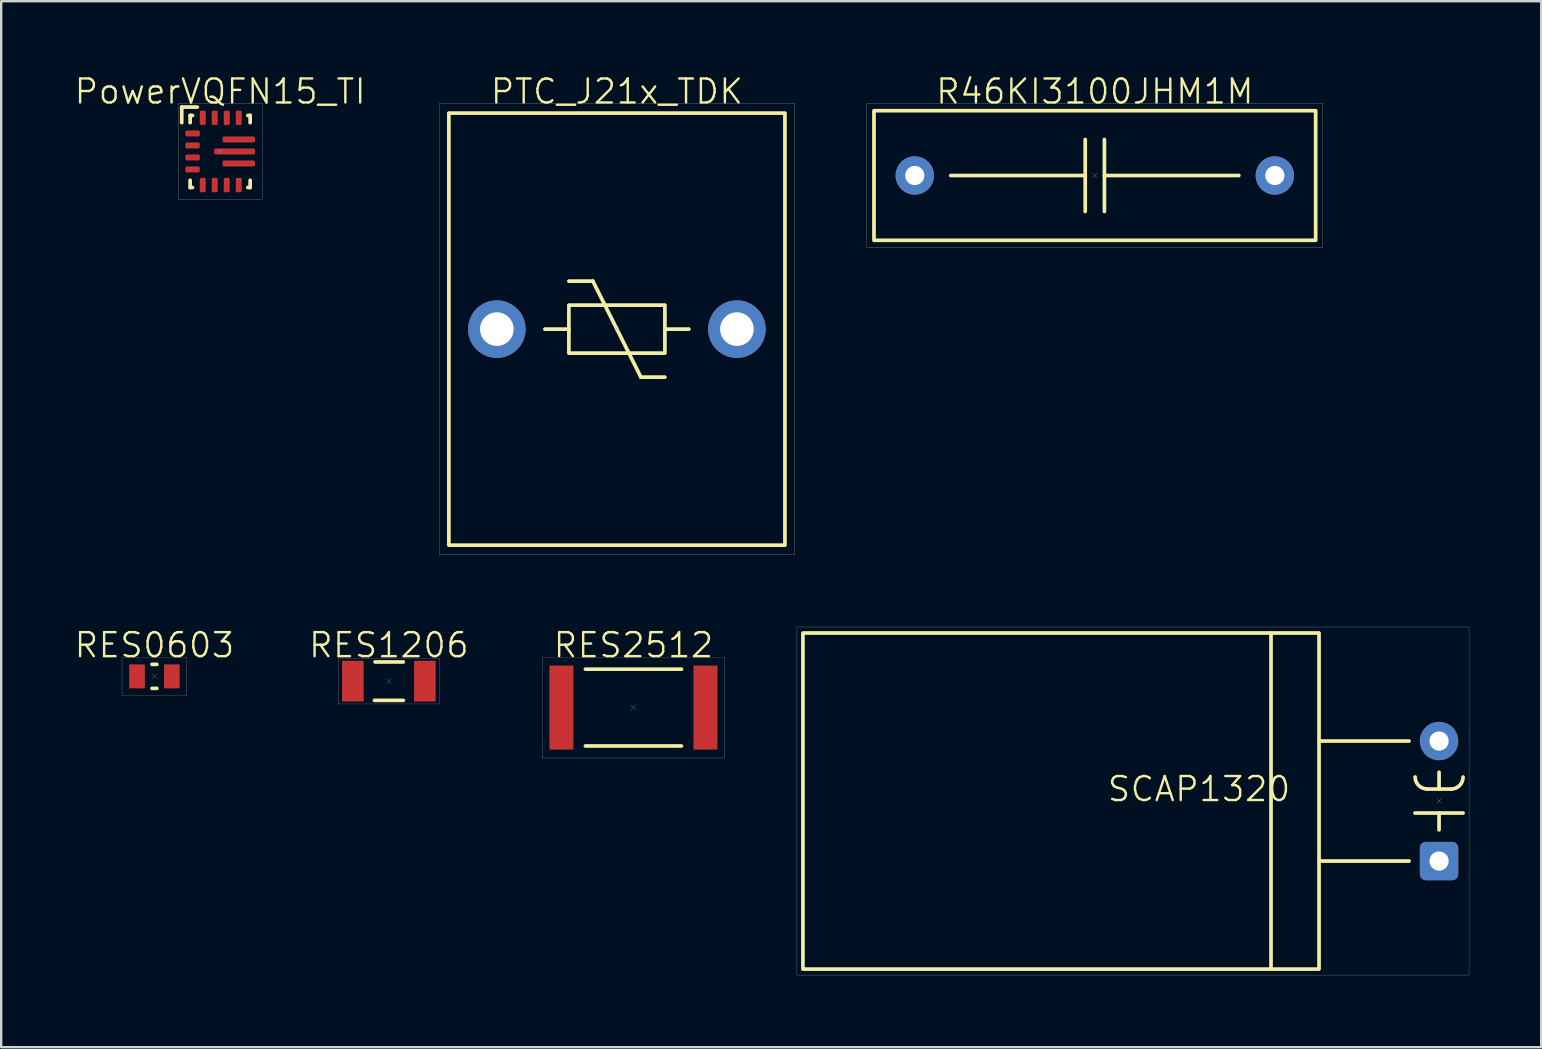
<source format=kicad_pcb>
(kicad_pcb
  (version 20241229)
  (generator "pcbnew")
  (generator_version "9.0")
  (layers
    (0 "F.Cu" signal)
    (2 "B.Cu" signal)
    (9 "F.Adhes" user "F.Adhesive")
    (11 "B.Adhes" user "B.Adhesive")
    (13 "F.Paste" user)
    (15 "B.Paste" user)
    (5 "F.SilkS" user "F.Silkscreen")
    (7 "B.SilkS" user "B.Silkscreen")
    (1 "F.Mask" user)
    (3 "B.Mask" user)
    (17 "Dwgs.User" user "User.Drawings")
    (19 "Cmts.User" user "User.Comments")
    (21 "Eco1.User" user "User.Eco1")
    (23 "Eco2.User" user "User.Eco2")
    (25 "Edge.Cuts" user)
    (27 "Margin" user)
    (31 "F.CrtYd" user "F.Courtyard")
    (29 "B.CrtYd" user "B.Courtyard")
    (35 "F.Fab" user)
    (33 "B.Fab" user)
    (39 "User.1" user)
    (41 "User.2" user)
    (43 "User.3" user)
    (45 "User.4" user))
  (footprint "PTC_J21x_TDK"
    (layer "F.Cu")
    (at 22.648 10.661)
    (property "Reference" "PTC_J21x_TDK" (at 0 -9.9 0) (unlocked yes) (layer "F.SilkS") (effects (font (size 1 1) (thickness 0.1))))
    (attr through_hole)
    (fp_line (start -3 0) (end -2 0) (stroke (width 0.154) (type default)) (layer "F.SilkS"))
    (fp_line (start -2 -2) (end -1 -2) (stroke (width 0.154) (type default)) (layer "F.SilkS"))
    (fp_line (start -1 -2) (end 1 2) (stroke (width 0.154) (type default)) (layer "F.SilkS"))
    (fp_line (start 1 2) (end 2 2) (stroke (width 0.154) (type default)) (layer "F.SilkS"))
    (fp_line (start 3 0) (end 2 0) (stroke (width 0.154) (type default)) (layer "F.SilkS"))
    (fp_rect (start -7 -9) (end 7 9) (stroke (width 0.154) (type default)) (fill no) (layer "F.SilkS"))
    (fp_rect (start -2 -1) (end 2 1) (stroke (width 0.154) (type default)) (fill no) (layer "F.SilkS"))
    (fp_line (start -0.1 -0.1) (end 0.1 0.1) (stroke (width 0.01) (type default)) (layer "F.Fab"))
    (fp_line (start 0.1 -0.1) (end -0.1 0.1) (stroke (width 0.01) (type default)) (layer "F.Fab"))
    (fp_rect (start -7.4 -9.4) (end 7.4 9.4) (stroke (width 0.01) (type default)) (fill no) (layer "F.Fab"))
    (pad "1" thru_hole circle (at -5 0) (size 2.4 2.4) (drill 1.4) (layers "*.Cu" "*.Mask"))
    (pad "2" thru_hole circle (at 5 0) (size 2.4 2.4) (drill 1.4) (layers "*.Cu" "*.Mask")))
  (footprint "RES1206"
    (layer "F.Cu")
    (at 13.15 25.326)
    (property "Reference" "RES1206" (at 0 -1.5 0) (unlocked yes) (layer "F.SilkS") (effects (font (size 1 1) (thickness 0.1))))
    (attr smd)
    (fp_line (start -0.6 0.8) (end 0.6 0.8) (stroke (width 0.154) (type default)) (layer "F.SilkS"))
    (fp_line (start -0.575 -0.8) (end 0.6 -0.8) (stroke (width 0.154) (type default)) (layer "F.SilkS"))
    (fp_line (start -0.1 -0.1) (end 0.1 0.1) (stroke (width 0.01) (type default)) (layer "F.Fab"))
    (fp_line (start 0.1 -0.1) (end -0.1 0.1) (stroke (width 0.01) (type default)) (layer "F.Fab"))
    (fp_rect (start -2.1 -0.95) (end 2.1 0.95) (stroke (width 0.01) (type default)) (fill no) (layer "F.Fab"))
    (pad "1" smd rect (at -1.5 0) (size 0.9 1.7) (layers "F.Cu" "F.Mask" "F.Paste"))
    (pad "2" smd rect (at 1.5 0) (size 0.9 1.7) (layers "F.Cu" "F.Mask" "F.Paste")))
  (footprint "R46KI3100JHM1M"
    (layer "F.Cu")
    (at 42.558 4.261)
    (property "Reference" "R46KI3100JHM1M" (at 0 -3.5 0) (unlocked yes) (layer "F.SilkS") (effects (font (size 1 1) (thickness 0.1))))
    (attr through_hole)
    (fp_line (start -6 0) (end -0.4 0) (stroke (width 0.154) (type default)) (layer "F.SilkS"))
    (fp_line (start -0.4 -1.5) (end -0.4 1.5) (stroke (width 0.154) (type default)) (layer "F.SilkS"))
    (fp_line (start 0.4 -1.5) (end 0.4 1.5) (stroke (width 0.154) (type default)) (layer "F.SilkS"))
    (fp_line (start 0.4 0) (end 6 0) (stroke (width 0.154) (type default)) (layer "F.SilkS"))
    (fp_rect (start -9.2 -2.7) (end 9.2 2.7) (stroke (width 0.154) (type default)) (fill no) (layer "F.SilkS"))
    (fp_line (start -0.1 -0.1) (end 0.1 0.1) (stroke (width 0.01) (type default)) (layer "F.Fab"))
    (fp_line (start 0.1 -0.1) (end -0.1 0.1) (stroke (width 0.01) (type default)) (layer "F.Fab"))
    (fp_rect (start -9.5 -3) (end 9.5 3) (stroke (width 0.01) (type default)) (fill no) (layer "F.Fab"))
    (pad "1" thru_hole circle (at -7.5 0) (size 1.6 1.6) (drill 0.8) (layers "*.Cu" "*.Mask"))
    (pad "2" thru_hole circle (at 7.5 0) (size 1.6 1.6) (drill 0.8) (layers "*.Cu" "*.Mask")))
  (footprint "RES0603"
    (layer "F.Cu")
    (at 3.383 25.126)
    (property "Reference" "RES0603" (at 0 -1.3 0) (unlocked yes) (layer "F.SilkS") (effects (font (size 1 1) (thickness 0.1))))
    (attr smd)
    (fp_line (start -0.1 -0.5) (end 0.1 -0.5) (stroke (width 0.154) (type default)) (layer "F.SilkS"))
    (fp_line (start -0.1 0.5) (end 0.1 0.5) (stroke (width 0.154) (type default)) (layer "F.SilkS"))
    (fp_line (start -0.1 -0.1) (end 0.1 0.1) (stroke (width 0.01) (type default)) (layer "F.Fab"))
    (fp_line (start 0.1 -0.1) (end -0.1 0.1) (stroke (width 0.01) (type default)) (layer "F.Fab"))
    (fp_rect (start -1.35 -0.8) (end 1.35 0.8) (stroke (width 0.01) (type default)) (fill no) (layer "F.Fab"))
    (pad "1" smd rect (at -0.725 0 180) (size 0.65 1) (layers "F.Cu" "F.Mask" "F.Paste"))
    (pad "2" smd rect (at 0.725 0 180) (size 0.65 1) (layers "F.Cu" "F.Mask" "F.Paste")))
  (footprint "SCAP1320"
    (layer "F.Cu")
    (at 56.898 30.32)
    (property "Reference" "SCAP1320" (at -10 -0.5 0) (unlocked yes) (layer "F.SilkS") (effects (font (size 1 1) (thickness 0.1))))
    (attr through_hole)
    (fp_line (start -7 -7) (end -7 7) (stroke (width 0.154) (type default)) (layer "F.SilkS"))
    (fp_line (start -1.25 -2.5) (end -5 -2.5) (stroke (width 0.154) (type default)) (layer "F.SilkS"))
    (fp_line (start -1.25 2.5) (end -5 2.5) (stroke (width 0.154) (type default)) (layer "F.SilkS"))
    (fp_line (start 0 -0.5) (end 0 -1.2) (stroke (width 0.154) (type default)) (layer "F.SilkS"))
    (fp_line (start 0 1.2) (end 0 0.5) (stroke (width 0.154) (type default)) (layer "F.SilkS"))
    (fp_line (start 0.5 -0.5) (end -0.5 -0.5) (stroke (width 0.154) (type default)) (layer "F.SilkS"))
    (fp_line (start 1 0.5) (end -1 0.5) (stroke (width 0.154) (type default)) (layer "F.SilkS"))
    (fp_rect (start -26.5 -7) (end -5 7) (stroke (width 0.154) (type default)) (fill no) (layer "F.SilkS"))
    (fp_arc (start -0.496447 -0.503553) (mid -0.85 -0.65) (end -0.996447 -1.003553) (stroke (width 0.154) (type default)) (layer "F.SilkS"))
    (fp_arc (start 1 -1) (mid 0.853554 -0.646446) (end 0.5 -0.5) (stroke (width 0.154) (type default)) (layer "F.SilkS"))
    (fp_line (start -0.1 0.1) (end 0.1 -0.1) (stroke (width 0.01) (type default)) (layer "F.Fab"))
    (fp_line (start 0.1 0.1) (end -0.1 -0.1) (stroke (width 0.01) (type default)) (layer "F.Fab"))
    (fp_rect (start -26.75 -7.25) (end 1.25 7.25) (stroke (width 0.01) (type default)) (fill no) (layer "F.Fab"))
    (pad "+" thru_hole roundrect (at 0 2.5) (size 1.6 1.6) (drill 0.8) (layers "*.Cu" "*.Mask") (roundrect_rratio 0.156))
    (pad "-" thru_hole oval (at 0 -2.5) (size 1.6 1.6) (drill 0.8) (layers "*.Cu" "*.Mask")))
  (footprint "RES2512"
    (layer "F.Cu")
    (at 23.338 26.426)
    (property "Reference" "RES2512" (at 0 -2.6 0) (unlocked yes) (layer "F.SilkS") (effects (font (size 1 1) (thickness 0.1))))
    (attr smd)
    (fp_line (start -2 -1.6) (end 2 -1.6) (stroke (width 0.154) (type default)) (layer "F.SilkS"))
    (fp_line (start -2 1.6) (end 2 1.6) (stroke (width 0.154) (type default)) (layer "F.SilkS"))
    (fp_line (start -0.1 -0.1) (end 0.1 0.1) (stroke (width 0.01) (type default)) (layer "F.Fab"))
    (fp_line (start 0.1 -0.1) (end -0.1 0.1) (stroke (width 0.01) (type default)) (layer "F.Fab"))
    (fp_rect (start -3.8 -2.1) (end 3.8 2.1) (stroke (width 0.01) (type default)) (fill no) (layer "F.Fab"))
    (pad "1" smd rect (at -3 0) (size 1 3.5) (layers "F.Cu" "F.Mask" "F.Paste"))
    (pad "2" smd rect (at 3 0) (size 1 3.5) (layers "F.Cu" "F.Mask" "F.Paste")))
  (footprint "PowerVQFN15_TI"
    (layer "F.Cu")
    (at 6.121 3.26)
    (property "Reference" "PowerVQFN15_TI" (at 0 -2.5 0) (unlocked yes) (layer "F.SilkS") (effects (font (size 1 1) (thickness 0.1))))
    (attr smd)
    (fp_line (start -1.6 -1.2) (end -1.6 -1.85) (stroke (width 0.154) (type default)) (layer "F.SilkS"))
    (fp_line (start -1.25 -1.5) (end -1.15 -1.5) (stroke (width 0.154) (type default)) (layer "F.SilkS"))
    (fp_line (start -1.25 -1.2) (end -1.25 -1.5) (stroke (width 0.154) (type default)) (layer "F.SilkS"))
    (fp_line (start -1.25 1.5) (end -1.25 1.2) (stroke (width 0.154) (type default)) (layer "F.SilkS"))
    (fp_line (start -1.25 1.5) (end -1.15 1.5) (stroke (width 0.154) (type default)) (layer "F.SilkS"))
    (fp_line (start -0.95 -1.85) (end -1.6 -1.85) (stroke (width 0.154) (type default)) (layer "F.SilkS"))
    (fp_line (start 1.15 -1.5) (end 1.25 -1.5) (stroke (width 0.154) (type default)) (layer "F.SilkS"))
    (fp_line (start 1.25 -1.2) (end 1.25 -1.5) (stroke (width 0.154) (type default)) (layer "F.SilkS"))
    (fp_line (start 1.25 1.2) (end 1.25 1.5) (stroke (width 0.154) (type default)) (layer "F.SilkS"))
    (fp_line (start 1.25 1.5) (end 1.15 1.5) (stroke (width 0.154) (type default)) (layer "F.SilkS"))
    (fp_line (start -0.1 -0.1) (end 0.1 0.1) (stroke (width 0.01) (type default)) (layer "F.Fab"))
    (fp_line (start 0.1 -0.1) (end -0.1 0.1) (stroke (width 0.01) (type default)) (layer "F.Fab"))
    (fp_rect (start -1.75 -2) (end 1.75 2) (stroke (width 0.01) (type default)) (fill no) (layer "F.Fab"))
    (pad "1" smd roundrect (at -1.15 -0.75) (size 0.6 0.25) (layers "F.Cu" "F.Mask" "F.Paste") (roundrect_rratio 0.25))
    (pad "2" smd roundrect (at -1.15 -0.25) (size 0.6 0.25) (layers "F.Cu" "F.Mask" "F.Paste") (roundrect_rratio 0.25))
    (pad "3" smd roundrect (at -1.15 0.25) (size 0.6 0.25) (layers "F.Cu" "F.Mask" "F.Paste") (roundrect_rratio 0.25))
    (pad "4" smd roundrect (at -1.15 0.75) (size 0.6 0.25) (layers "F.Cu" "F.Mask" "F.Paste") (roundrect_rratio 0.25))
    (pad "5" smd roundrect (at -0.725 1.4 90) (size 0.6 0.25) (layers "F.Cu" "F.Mask" "F.Paste") (roundrect_rratio 0.25))
    (pad "6" smd roundrect (at -0.225 1.4 90) (size 0.6 0.25) (layers "F.Cu" "F.Mask" "F.Paste") (roundrect_rratio 0.25))
    (pad "7" smd roundrect (at 0.275 1.4 90) (size 0.6 0.25) (layers "F.Cu" "F.Mask" "F.Paste") (roundrect_rratio 0.25))
    (pad "8" smd roundrect (at 0.775 1.4 90) (size 0.6 0.25) (layers "F.Cu" "F.Mask" "F.Paste") (roundrect_rratio 0.25))
    (pad "9" smd roundrect (at 0.775 0.5) (size 1.35 0.25) (layers "F.Cu" "F.Mask" "F.Paste") (roundrect_rratio 0.25))
    (pad "10" smd roundrect (at 0.6 0) (size 1.7 0.25) (layers "F.Cu" "F.Mask" "F.Paste") (roundrect_rratio 0.25))
    (pad "11" smd roundrect (at 0.775 -0.5) (size 1.35 0.25) (layers "F.Cu" "F.Mask" "F.Paste") (roundrect_rratio 0.25))
    (pad "12" smd roundrect (at 0.775 -1.4 90) (size 0.6 0.25) (layers "F.Cu" "F.Mask" "F.Paste") (roundrect_rratio 0.25))
    (pad "13" smd roundrect (at 0.275 -1.4 90) (size 0.6 0.25) (layers "F.Cu" "F.Mask" "F.Paste") (roundrect_rratio 0.25))
    (pad "14" smd roundrect (at -0.225 -1.4 90) (size 0.6 0.25) (layers "F.Cu" "F.Mask" "F.Paste") (roundrect_rratio 0.25))
    (pad "15" smd roundrect (at -0.725 -1.4 90) (size 0.6 0.25) (layers "F.Cu" "F.Mask" "F.Paste") (roundrect_rratio 0.25)))
  (gr_rect
    (start -3 -3)
    (end 61.153 40.575)
    (stroke (width 0.1) (type default))
    (fill no)
    (layer "Edge.Cuts")))
</source>
